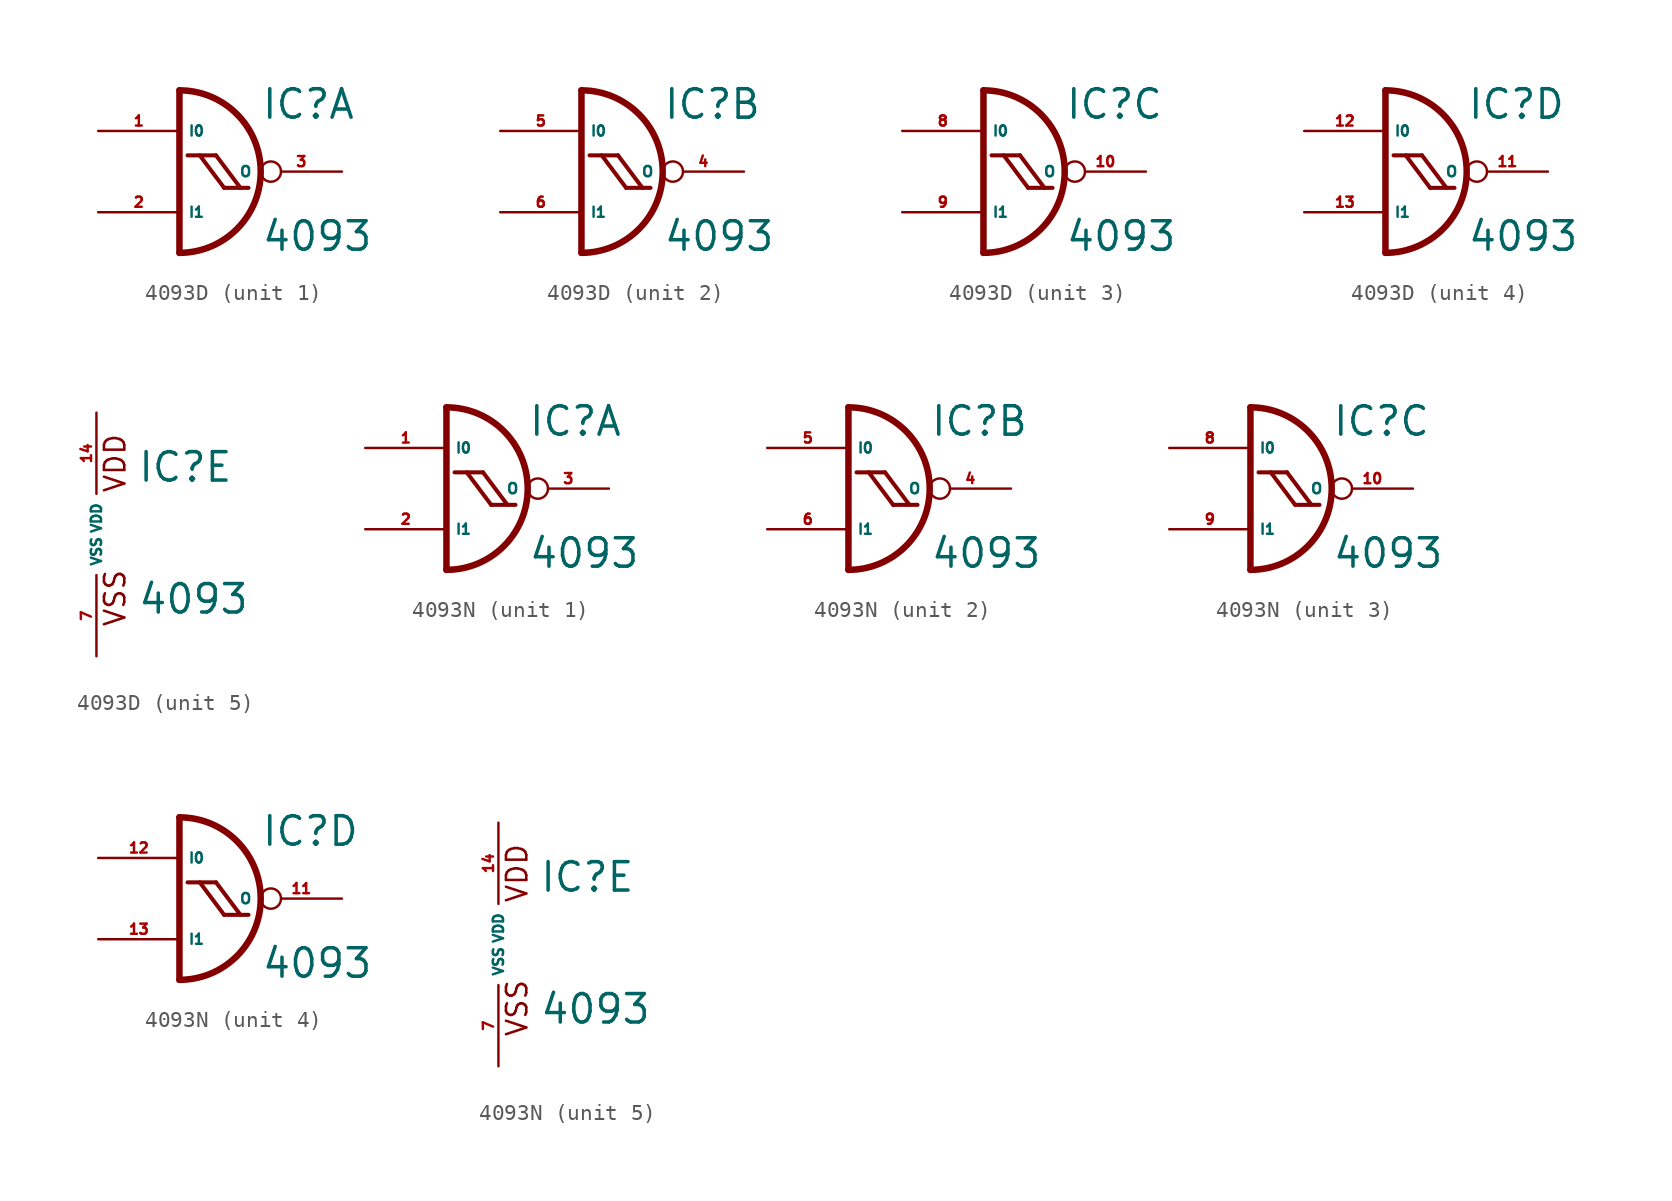
<source format=kicad_sym>
(kicad_symbol_lib
  (version 20220914)
  (generator Eagle2Kicad)
  (symbol "4093D"
    (property "Reference" "IC"
      (at 2.54 3.175 0)
      (effects (font (size 1.778 1.778) (thickness 0.22)) (justify left bottom)))
    (property "Value" "4093"
      (at 2.54 -5.08 0)
      (effects (font (size 1.778 1.778) (thickness 0.22)) (justify left bottom)))
    (symbol "4093D_1_0"
      (arc (start -2.54 -5.08) (mid 2.540 0.000) (end -2.54 5.08) (stroke (width 0.4064) (type default)) (fill (type none)))
      (polyline (pts (xy -2.54 5.08) (xy -2.54 -5.08)) (stroke (width 0.406) (type default)) (fill (type none)))
      (polyline (pts (xy -1.27 1.016) (xy 0.254 -1.016)) (stroke (width 0.254) (type default)) (fill (type none)))
      (polyline (pts (xy -0.254 1.016) (xy 1.27 -1.016)) (stroke (width 0.254) (type default)) (fill (type none)))
      (polyline (pts (xy -0.254 1.016) (xy -2.032 1.016)) (stroke (width 0.254) (type default)) (fill (type none)))
      (polyline (pts (xy 0.254 -1.016) (xy 1.778 -1.016)) (stroke (width 0.254) (type default)) (fill (type none)))
      (pin input line (at -7.62 2.54 0) (length 5.08) (name "I0" (effects (font (size 0.635 0.635) (thickness 0.08)) (justify left bottom))) (number "1" (effects (font (size 0.635 0.635) (thickness 0.08)) (justify left bottom))))
      (pin input line (at -7.62 -2.54 0) (length 5.08) (name "I1" (effects (font (size 0.635 0.635) (thickness 0.08)) (justify left bottom))) (number "2" (effects (font (size 0.635 0.635) (thickness 0.08)) (justify left bottom))))
      (pin output inverted (at 7.62 0 180) (length 5.08) (name "O" (effects (font (size 0.635 0.635) (thickness 0.08)) (justify left bottom))) (number "3" (effects (font (size 0.635 0.635) (thickness 0.08)) (justify left bottom)))))
    (symbol "4093D_2_0"
      (arc (start -2.54 -5.08) (mid 2.540 0.000) (end -2.54 5.08) (stroke (width 0.4064) (type default)) (fill (type none)))
      (polyline (pts (xy -2.54 5.08) (xy -2.54 -5.08)) (stroke (width 0.406) (type default)) (fill (type none)))
      (polyline (pts (xy -1.27 1.016) (xy 0.254 -1.016)) (stroke (width 0.254) (type default)) (fill (type none)))
      (polyline (pts (xy -0.254 1.016) (xy 1.27 -1.016)) (stroke (width 0.254) (type default)) (fill (type none)))
      (polyline (pts (xy -0.254 1.016) (xy -2.032 1.016)) (stroke (width 0.254) (type default)) (fill (type none)))
      (polyline (pts (xy 0.254 -1.016) (xy 1.778 -1.016)) (stroke (width 0.254) (type default)) (fill (type none)))
      (pin input line (at -7.62 2.54 0) (length 5.08) (name "I0" (effects (font (size 0.635 0.635) (thickness 0.08)) (justify left bottom))) (number "5" (effects (font (size 0.635 0.635) (thickness 0.08)) (justify left bottom))))
      (pin input line (at -7.62 -2.54 0) (length 5.08) (name "I1" (effects (font (size 0.635 0.635) (thickness 0.08)) (justify left bottom))) (number "6" (effects (font (size 0.635 0.635) (thickness 0.08)) (justify left bottom))))
      (pin output inverted (at 7.62 0 180) (length 5.08) (name "O" (effects (font (size 0.635 0.635) (thickness 0.08)) (justify left bottom))) (number "4" (effects (font (size 0.635 0.635) (thickness 0.08)) (justify left bottom)))))
    (symbol "4093D_3_0"
      (arc (start -2.54 -5.08) (mid 2.540 0.000) (end -2.54 5.08) (stroke (width 0.4064) (type default)) (fill (type none)))
      (polyline (pts (xy -2.54 5.08) (xy -2.54 -5.08)) (stroke (width 0.406) (type default)) (fill (type none)))
      (polyline (pts (xy -1.27 1.016) (xy 0.254 -1.016)) (stroke (width 0.254) (type default)) (fill (type none)))
      (polyline (pts (xy -0.254 1.016) (xy 1.27 -1.016)) (stroke (width 0.254) (type default)) (fill (type none)))
      (polyline (pts (xy -0.254 1.016) (xy -2.032 1.016)) (stroke (width 0.254) (type default)) (fill (type none)))
      (polyline (pts (xy 0.254 -1.016) (xy 1.778 -1.016)) (stroke (width 0.254) (type default)) (fill (type none)))
      (pin input line (at -7.62 2.54 0) (length 5.08) (name "I0" (effects (font (size 0.635 0.635) (thickness 0.08)) (justify left bottom))) (number "8" (effects (font (size 0.635 0.635) (thickness 0.08)) (justify left bottom))))
      (pin input line (at -7.62 -2.54 0) (length 5.08) (name "I1" (effects (font (size 0.635 0.635) (thickness 0.08)) (justify left bottom))) (number "9" (effects (font (size 0.635 0.635) (thickness 0.08)) (justify left bottom))))
      (pin output inverted (at 7.62 0 180) (length 5.08) (name "O" (effects (font (size 0.635 0.635) (thickness 0.08)) (justify left bottom))) (number "10" (effects (font (size 0.635 0.635) (thickness 0.08)) (justify left bottom)))))
    (symbol "4093D_4_0"
      (arc (start -2.54 -5.08) (mid 2.540 0.000) (end -2.54 5.08) (stroke (width 0.4064) (type default)) (fill (type none)))
      (polyline (pts (xy -2.54 5.08) (xy -2.54 -5.08)) (stroke (width 0.406) (type default)) (fill (type none)))
      (polyline (pts (xy -1.27 1.016) (xy 0.254 -1.016)) (stroke (width 0.254) (type default)) (fill (type none)))
      (polyline (pts (xy -0.254 1.016) (xy 1.27 -1.016)) (stroke (width 0.254) (type default)) (fill (type none)))
      (polyline (pts (xy -0.254 1.016) (xy -2.032 1.016)) (stroke (width 0.254) (type default)) (fill (type none)))
      (polyline (pts (xy 0.254 -1.016) (xy 1.778 -1.016)) (stroke (width 0.254) (type default)) (fill (type none)))
      (pin input line (at -7.62 2.54 0) (length 5.08) (name "I0" (effects (font (size 0.635 0.635) (thickness 0.08)) (justify left bottom))) (number "12" (effects (font (size 0.635 0.635) (thickness 0.08)) (justify left bottom))))
      (pin input line (at -7.62 -2.54 0) (length 5.08) (name "I1" (effects (font (size 0.635 0.635) (thickness 0.08)) (justify left bottom))) (number "13" (effects (font (size 0.635 0.635) (thickness 0.08)) (justify left bottom))))
      (pin output inverted (at 7.62 0 180) (length 5.08) (name "O" (effects (font (size 0.635 0.635) (thickness 0.08)) (justify left bottom))) (number "11" (effects (font (size 0.635 0.635) (thickness 0.08)) (justify left bottom)))))
    (symbol "4093D_5_0"
      (text "VDD" (at 1.905 2.54 900) (effects (font (size 1.27 1.27) (thickness 0.16)) (justify left bottom)))
      (text "VSS" (at 1.905 -5.842 900) (effects (font (size 1.27 1.27) (thickness 0.16)) (justify left bottom)))
      (pin unspecified line (at 0 -7.62 90) (length 5.08) (name "VSS" (effects (font (size 0.635 0.635) (thickness 0.08)) (justify left bottom))) (number "7" (effects (font (size 0.635 0.635) (thickness 0.08)) (justify left bottom))))
      (pin unspecified line (at 0 7.62 270) (length 5.08) (name "VDD" (effects (font (size 0.635 0.635) (thickness 0.08)) (justify left bottom))) (number "14" (effects (font (size 0.635 0.635) (thickness 0.08)) (justify left bottom))))))
  (symbol "4093N"
    (property "Reference" "IC"
      (at 2.54 3.175 0)
      (effects (font (size 1.778 1.778) (thickness 0.22)) (justify left bottom)))
    (property "Value" "4093"
      (at 2.54 -5.08 0)
      (effects (font (size 1.778 1.778) (thickness 0.22)) (justify left bottom)))
    (symbol "4093N_1_0"
      (arc (start -2.54 -5.08) (mid 2.540 0.000) (end -2.54 5.08) (stroke (width 0.4064) (type default)) (fill (type none)))
      (polyline (pts (xy -2.54 5.08) (xy -2.54 -5.08)) (stroke (width 0.406) (type default)) (fill (type none)))
      (polyline (pts (xy -1.27 1.016) (xy 0.254 -1.016)) (stroke (width 0.254) (type default)) (fill (type none)))
      (polyline (pts (xy -0.254 1.016) (xy 1.27 -1.016)) (stroke (width 0.254) (type default)) (fill (type none)))
      (polyline (pts (xy -0.254 1.016) (xy -2.032 1.016)) (stroke (width 0.254) (type default)) (fill (type none)))
      (polyline (pts (xy 0.254 -1.016) (xy 1.778 -1.016)) (stroke (width 0.254) (type default)) (fill (type none)))
      (pin input line (at -7.62 2.54 0) (length 5.08) (name "I0" (effects (font (size 0.635 0.635) (thickness 0.08)) (justify left bottom))) (number "1" (effects (font (size 0.635 0.635) (thickness 0.08)) (justify left bottom))))
      (pin input line (at -7.62 -2.54 0) (length 5.08) (name "I1" (effects (font (size 0.635 0.635) (thickness 0.08)) (justify left bottom))) (number "2" (effects (font (size 0.635 0.635) (thickness 0.08)) (justify left bottom))))
      (pin output inverted (at 7.62 0 180) (length 5.08) (name "O" (effects (font (size 0.635 0.635) (thickness 0.08)) (justify left bottom))) (number "3" (effects (font (size 0.635 0.635) (thickness 0.08)) (justify left bottom)))))
    (symbol "4093N_2_0"
      (arc (start -2.54 -5.08) (mid 2.540 0.000) (end -2.54 5.08) (stroke (width 0.4064) (type default)) (fill (type none)))
      (polyline (pts (xy -2.54 5.08) (xy -2.54 -5.08)) (stroke (width 0.406) (type default)) (fill (type none)))
      (polyline (pts (xy -1.27 1.016) (xy 0.254 -1.016)) (stroke (width 0.254) (type default)) (fill (type none)))
      (polyline (pts (xy -0.254 1.016) (xy 1.27 -1.016)) (stroke (width 0.254) (type default)) (fill (type none)))
      (polyline (pts (xy -0.254 1.016) (xy -2.032 1.016)) (stroke (width 0.254) (type default)) (fill (type none)))
      (polyline (pts (xy 0.254 -1.016) (xy 1.778 -1.016)) (stroke (width 0.254) (type default)) (fill (type none)))
      (pin input line (at -7.62 2.54 0) (length 5.08) (name "I0" (effects (font (size 0.635 0.635) (thickness 0.08)) (justify left bottom))) (number "5" (effects (font (size 0.635 0.635) (thickness 0.08)) (justify left bottom))))
      (pin input line (at -7.62 -2.54 0) (length 5.08) (name "I1" (effects (font (size 0.635 0.635) (thickness 0.08)) (justify left bottom))) (number "6" (effects (font (size 0.635 0.635) (thickness 0.08)) (justify left bottom))))
      (pin output inverted (at 7.62 0 180) (length 5.08) (name "O" (effects (font (size 0.635 0.635) (thickness 0.08)) (justify left bottom))) (number "4" (effects (font (size 0.635 0.635) (thickness 0.08)) (justify left bottom)))))
    (symbol "4093N_3_0"
      (arc (start -2.54 -5.08) (mid 2.540 0.000) (end -2.54 5.08) (stroke (width 0.4064) (type default)) (fill (type none)))
      (polyline (pts (xy -2.54 5.08) (xy -2.54 -5.08)) (stroke (width 0.406) (type default)) (fill (type none)))
      (polyline (pts (xy -1.27 1.016) (xy 0.254 -1.016)) (stroke (width 0.254) (type default)) (fill (type none)))
      (polyline (pts (xy -0.254 1.016) (xy 1.27 -1.016)) (stroke (width 0.254) (type default)) (fill (type none)))
      (polyline (pts (xy -0.254 1.016) (xy -2.032 1.016)) (stroke (width 0.254) (type default)) (fill (type none)))
      (polyline (pts (xy 0.254 -1.016) (xy 1.778 -1.016)) (stroke (width 0.254) (type default)) (fill (type none)))
      (pin input line (at -7.62 2.54 0) (length 5.08) (name "I0" (effects (font (size 0.635 0.635) (thickness 0.08)) (justify left bottom))) (number "8" (effects (font (size 0.635 0.635) (thickness 0.08)) (justify left bottom))))
      (pin input line (at -7.62 -2.54 0) (length 5.08) (name "I1" (effects (font (size 0.635 0.635) (thickness 0.08)) (justify left bottom))) (number "9" (effects (font (size 0.635 0.635) (thickness 0.08)) (justify left bottom))))
      (pin output inverted (at 7.62 0 180) (length 5.08) (name "O" (effects (font (size 0.635 0.635) (thickness 0.08)) (justify left bottom))) (number "10" (effects (font (size 0.635 0.635) (thickness 0.08)) (justify left bottom)))))
    (symbol "4093N_4_0"
      (arc (start -2.54 -5.08) (mid 2.540 0.000) (end -2.54 5.08) (stroke (width 0.4064) (type default)) (fill (type none)))
      (polyline (pts (xy -2.54 5.08) (xy -2.54 -5.08)) (stroke (width 0.406) (type default)) (fill (type none)))
      (polyline (pts (xy -1.27 1.016) (xy 0.254 -1.016)) (stroke (width 0.254) (type default)) (fill (type none)))
      (polyline (pts (xy -0.254 1.016) (xy 1.27 -1.016)) (stroke (width 0.254) (type default)) (fill (type none)))
      (polyline (pts (xy -0.254 1.016) (xy -2.032 1.016)) (stroke (width 0.254) (type default)) (fill (type none)))
      (polyline (pts (xy 0.254 -1.016) (xy 1.778 -1.016)) (stroke (width 0.254) (type default)) (fill (type none)))
      (pin input line (at -7.62 2.54 0) (length 5.08) (name "I0" (effects (font (size 0.635 0.635) (thickness 0.08)) (justify left bottom))) (number "12" (effects (font (size 0.635 0.635) (thickness 0.08)) (justify left bottom))))
      (pin input line (at -7.62 -2.54 0) (length 5.08) (name "I1" (effects (font (size 0.635 0.635) (thickness 0.08)) (justify left bottom))) (number "13" (effects (font (size 0.635 0.635) (thickness 0.08)) (justify left bottom))))
      (pin output inverted (at 7.62 0 180) (length 5.08) (name "O" (effects (font (size 0.635 0.635) (thickness 0.08)) (justify left bottom))) (number "11" (effects (font (size 0.635 0.635) (thickness 0.08)) (justify left bottom)))))
    (symbol "4093N_5_0"
      (text "VDD" (at 1.905 2.54 900) (effects (font (size 1.27 1.27) (thickness 0.16)) (justify left bottom)))
      (text "VSS" (at 1.905 -5.842 900) (effects (font (size 1.27 1.27) (thickness 0.16)) (justify left bottom)))
      (pin unspecified line (at 0 -7.62 90) (length 5.08) (name "VSS" (effects (font (size 0.635 0.635) (thickness 0.08)) (justify left bottom))) (number "7" (effects (font (size 0.635 0.635) (thickness 0.08)) (justify left bottom))))
      (pin unspecified line (at 0 7.62 270) (length 5.08) (name "VDD" (effects (font (size 0.635 0.635) (thickness 0.08)) (justify left bottom))) (number "14" (effects (font (size 0.635 0.635) (thickness 0.08)) (justify left bottom)))))))
</source>
